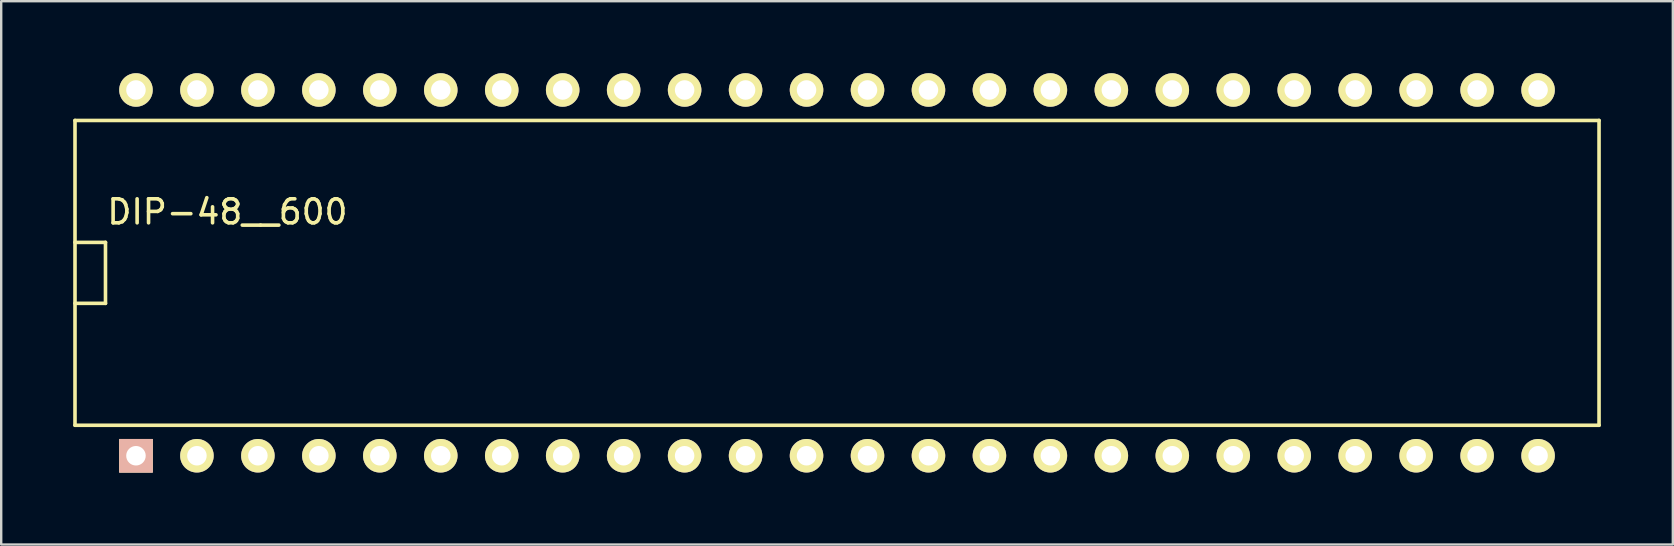
<source format=kicad_pcb>
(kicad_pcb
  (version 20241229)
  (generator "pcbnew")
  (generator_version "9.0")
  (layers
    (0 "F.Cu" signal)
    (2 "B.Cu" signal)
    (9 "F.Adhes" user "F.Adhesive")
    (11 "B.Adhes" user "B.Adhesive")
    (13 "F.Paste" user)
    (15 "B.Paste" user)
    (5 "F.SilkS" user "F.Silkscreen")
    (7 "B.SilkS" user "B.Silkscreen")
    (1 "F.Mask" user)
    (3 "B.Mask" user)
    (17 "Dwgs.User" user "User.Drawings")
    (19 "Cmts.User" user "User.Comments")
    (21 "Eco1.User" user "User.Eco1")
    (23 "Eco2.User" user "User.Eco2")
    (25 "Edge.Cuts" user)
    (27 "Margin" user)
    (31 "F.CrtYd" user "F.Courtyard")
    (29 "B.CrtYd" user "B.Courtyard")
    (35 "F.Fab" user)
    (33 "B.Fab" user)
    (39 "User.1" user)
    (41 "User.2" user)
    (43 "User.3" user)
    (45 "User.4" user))
  (footprint "DIP-48__600"
    (layer "F.Cu")
    (at 31.825 8.319)
    (property "Reference" "DIP-48__600" (at -25.4 -2.54 0) (layer "F.SilkS") (effects (font (size 1 1) (thickness 0.15))))
    (attr through_hole)
    (fp_line (start -31.75 -6.35) (end 31.75 -6.35) (stroke (width 0.15) (type solid)) (layer "F.SilkS"))
    (fp_line (start -31.75 -1.27) (end -30.48 -1.27) (stroke (width 0.15) (type solid)) (layer "F.SilkS"))
    (fp_line (start -31.75 6.35) (end -31.75 -6.35) (stroke (width 0.15) (type solid)) (layer "F.SilkS"))
    (fp_line (start -30.48 -1.27) (end -30.48 1.27) (stroke (width 0.15) (type solid)) (layer "F.SilkS"))
    (fp_line (start -30.48 1.27) (end -31.75 1.27) (stroke (width 0.15) (type solid)) (layer "F.SilkS"))
    (fp_line (start 31.75 -6.35) (end 31.75 6.35) (stroke (width 0.15) (type solid)) (layer "F.SilkS"))
    (fp_line (start 31.75 6.35) (end -31.75 6.35) (stroke (width 0.15) (type solid)) (layer "F.SilkS"))
    (pad "1" thru_hole rect (at -29.21 7.62) (size 1.397 1.397) (drill 0.813) (layers "*.Cu" "*.SilkS" "*.Mask"))
    (pad "2" thru_hole circle (at -26.67 7.62) (size 1.397 1.397) (drill 0.813) (layers "*.Cu" "*.Mask" "F.SilkS"))
    (pad "3" thru_hole circle (at -24.13 7.62) (size 1.397 1.397) (drill 0.813) (layers "*.Cu" "*.Mask" "F.SilkS"))
    (pad "4" thru_hole circle (at -21.59 7.62) (size 1.397 1.397) (drill 0.813) (layers "*.Cu" "*.Mask" "F.SilkS"))
    (pad "5" thru_hole circle (at -19.05 7.62) (size 1.397 1.397) (drill 0.813) (layers "*.Cu" "*.Mask" "F.SilkS"))
    (pad "6" thru_hole circle (at -16.51 7.62) (size 1.397 1.397) (drill 0.813) (layers "*.Cu" "*.Mask" "F.SilkS"))
    (pad "7" thru_hole circle (at -13.97 7.62) (size 1.397 1.397) (drill 0.813) (layers "*.Cu" "*.Mask" "F.SilkS"))
    (pad "8" thru_hole circle (at -11.43 7.62) (size 1.397 1.397) (drill 0.813) (layers "*.Cu" "*.Mask" "F.SilkS"))
    (pad "9" thru_hole circle (at -8.89 7.62) (size 1.397 1.397) (drill 0.813) (layers "*.Cu" "*.Mask" "F.SilkS"))
    (pad "10" thru_hole circle (at -6.35 7.62) (size 1.397 1.397) (drill 0.813) (layers "*.Cu" "*.Mask" "F.SilkS"))
    (pad "11" thru_hole circle (at -3.81 7.62) (size 1.397 1.397) (drill 0.813) (layers "*.Cu" "*.Mask" "F.SilkS"))
    (pad "12" thru_hole circle (at -1.27 7.62) (size 1.397 1.397) (drill 0.813) (layers "*.Cu" "*.Mask" "F.SilkS"))
    (pad "13" thru_hole circle (at 1.27 7.62) (size 1.397 1.397) (drill 0.813) (layers "*.Cu" "*.Mask" "F.SilkS"))
    (pad "14" thru_hole circle (at 3.81 7.62) (size 1.397 1.397) (drill 0.813) (layers "*.Cu" "*.Mask" "F.SilkS"))
    (pad "15" thru_hole circle (at 6.35 7.62) (size 1.397 1.397) (drill 0.813) (layers "*.Cu" "*.Mask" "F.SilkS"))
    (pad "16" thru_hole circle (at 8.89 7.62) (size 1.397 1.397) (drill 0.813) (layers "*.Cu" "*.Mask" "F.SilkS"))
    (pad "17" thru_hole circle (at 11.43 7.62) (size 1.397 1.397) (drill 0.813) (layers "*.Cu" "*.Mask" "F.SilkS"))
    (pad "18" thru_hole circle (at 13.97 7.62) (size 1.397 1.397) (drill 0.813) (layers "*.Cu" "*.Mask" "F.SilkS"))
    (pad "19" thru_hole circle (at 16.51 7.62) (size 1.397 1.397) (drill 0.813) (layers "*.Cu" "*.Mask" "F.SilkS"))
    (pad "20" thru_hole circle (at 19.05 7.62) (size 1.397 1.397) (drill 0.813) (layers "*.Cu" "*.Mask" "F.SilkS"))
    (pad "21" thru_hole circle (at 21.59 7.62) (size 1.397 1.397) (drill 0.813) (layers "*.Cu" "*.Mask" "F.SilkS"))
    (pad "22" thru_hole circle (at 24.13 7.62) (size 1.397 1.397) (drill 0.813) (layers "*.Cu" "*.Mask" "F.SilkS"))
    (pad "23" thru_hole circle (at 26.67 7.62) (size 1.397 1.397) (drill 0.813) (layers "*.Cu" "*.Mask" "F.SilkS"))
    (pad "24" thru_hole circle (at 29.21 7.62) (size 1.397 1.397) (drill 0.813) (layers "*.Cu" "*.Mask" "F.SilkS"))
    (pad "25" thru_hole circle (at 29.21 -7.62) (size 1.397 1.397) (drill 0.813) (layers "*.Cu" "*.Mask" "F.SilkS"))
    (pad "26" thru_hole circle (at 26.67 -7.62) (size 1.397 1.397) (drill 0.813) (layers "*.Cu" "*.Mask" "F.SilkS"))
    (pad "27" thru_hole circle (at 24.13 -7.62) (size 1.397 1.397) (drill 0.813) (layers "*.Cu" "*.Mask" "F.SilkS"))
    (pad "28" thru_hole circle (at 21.59 -7.62) (size 1.397 1.397) (drill 0.813) (layers "*.Cu" "*.Mask" "F.SilkS"))
    (pad "29" thru_hole circle (at 19.05 -7.62) (size 1.397 1.397) (drill 0.813) (layers "*.Cu" "*.Mask" "F.SilkS"))
    (pad "30" thru_hole circle (at 16.51 -7.62) (size 1.397 1.397) (drill 0.813) (layers "*.Cu" "*.Mask" "F.SilkS"))
    (pad "31" thru_hole circle (at 13.97 -7.62) (size 1.397 1.397) (drill 0.813) (layers "*.Cu" "*.Mask" "F.SilkS"))
    (pad "32" thru_hole circle (at 11.43 -7.62) (size 1.397 1.397) (drill 0.813) (layers "*.Cu" "*.Mask" "F.SilkS"))
    (pad "33" thru_hole circle (at 8.89 -7.62) (size 1.397 1.397) (drill 0.813) (layers "*.Cu" "*.Mask" "F.SilkS"))
    (pad "34" thru_hole circle (at 6.35 -7.62) (size 1.397 1.397) (drill 0.813) (layers "*.Cu" "*.Mask" "F.SilkS"))
    (pad "35" thru_hole circle (at 3.81 -7.62) (size 1.397 1.397) (drill 0.813) (layers "*.Cu" "*.Mask" "F.SilkS"))
    (pad "36" thru_hole circle (at 1.27 -7.62) (size 1.397 1.397) (drill 0.813) (layers "*.Cu" "*.Mask" "F.SilkS"))
    (pad "37" thru_hole circle (at -1.27 -7.62) (size 1.397 1.397) (drill 0.813) (layers "*.Cu" "*.Mask" "F.SilkS"))
    (pad "38" thru_hole circle (at -3.81 -7.62) (size 1.397 1.397) (drill 0.813) (layers "*.Cu" "*.Mask" "F.SilkS"))
    (pad "39" thru_hole circle (at -6.35 -7.62) (size 1.397 1.397) (drill 0.813) (layers "*.Cu" "*.Mask" "F.SilkS"))
    (pad "40" thru_hole circle (at -8.89 -7.62) (size 1.397 1.397) (drill 0.813) (layers "*.Cu" "*.Mask" "F.SilkS"))
    (pad "41" thru_hole circle (at -11.43 -7.62) (size 1.397 1.397) (drill 0.813) (layers "*.Cu" "*.Mask" "F.SilkS"))
    (pad "42" thru_hole circle (at -13.97 -7.62) (size 1.397 1.397) (drill 0.813) (layers "*.Cu" "*.Mask" "F.SilkS"))
    (pad "43" thru_hole circle (at -16.51 -7.62) (size 1.397 1.397) (drill 0.813) (layers "*.Cu" "*.Mask" "F.SilkS"))
    (pad "44" thru_hole circle (at -19.05 -7.62) (size 1.397 1.397) (drill 0.813) (layers "*.Cu" "*.Mask" "F.SilkS"))
    (pad "45" thru_hole circle (at -21.59 -7.62) (size 1.397 1.397) (drill 0.813) (layers "*.Cu" "*.Mask" "F.SilkS"))
    (pad "46" thru_hole circle (at -24.13 -7.62) (size 1.397 1.397) (drill 0.813) (layers "*.Cu" "*.Mask" "F.SilkS"))
    (pad "47" thru_hole circle (at -26.67 -7.62) (size 1.397 1.397) (drill 0.813) (layers "*.Cu" "*.Mask" "F.SilkS"))
    (pad "48" thru_hole circle (at -29.21 -7.62) (size 1.397 1.397) (drill 0.813) (layers "*.Cu" "*.Mask" "F.SilkS")))
  (gr_rect
    (start -3 -3)
    (end 66.65 19.637)
    (stroke (width 0.1) (type default))
    (fill no)
    (layer "Edge.Cuts")))
</source>
